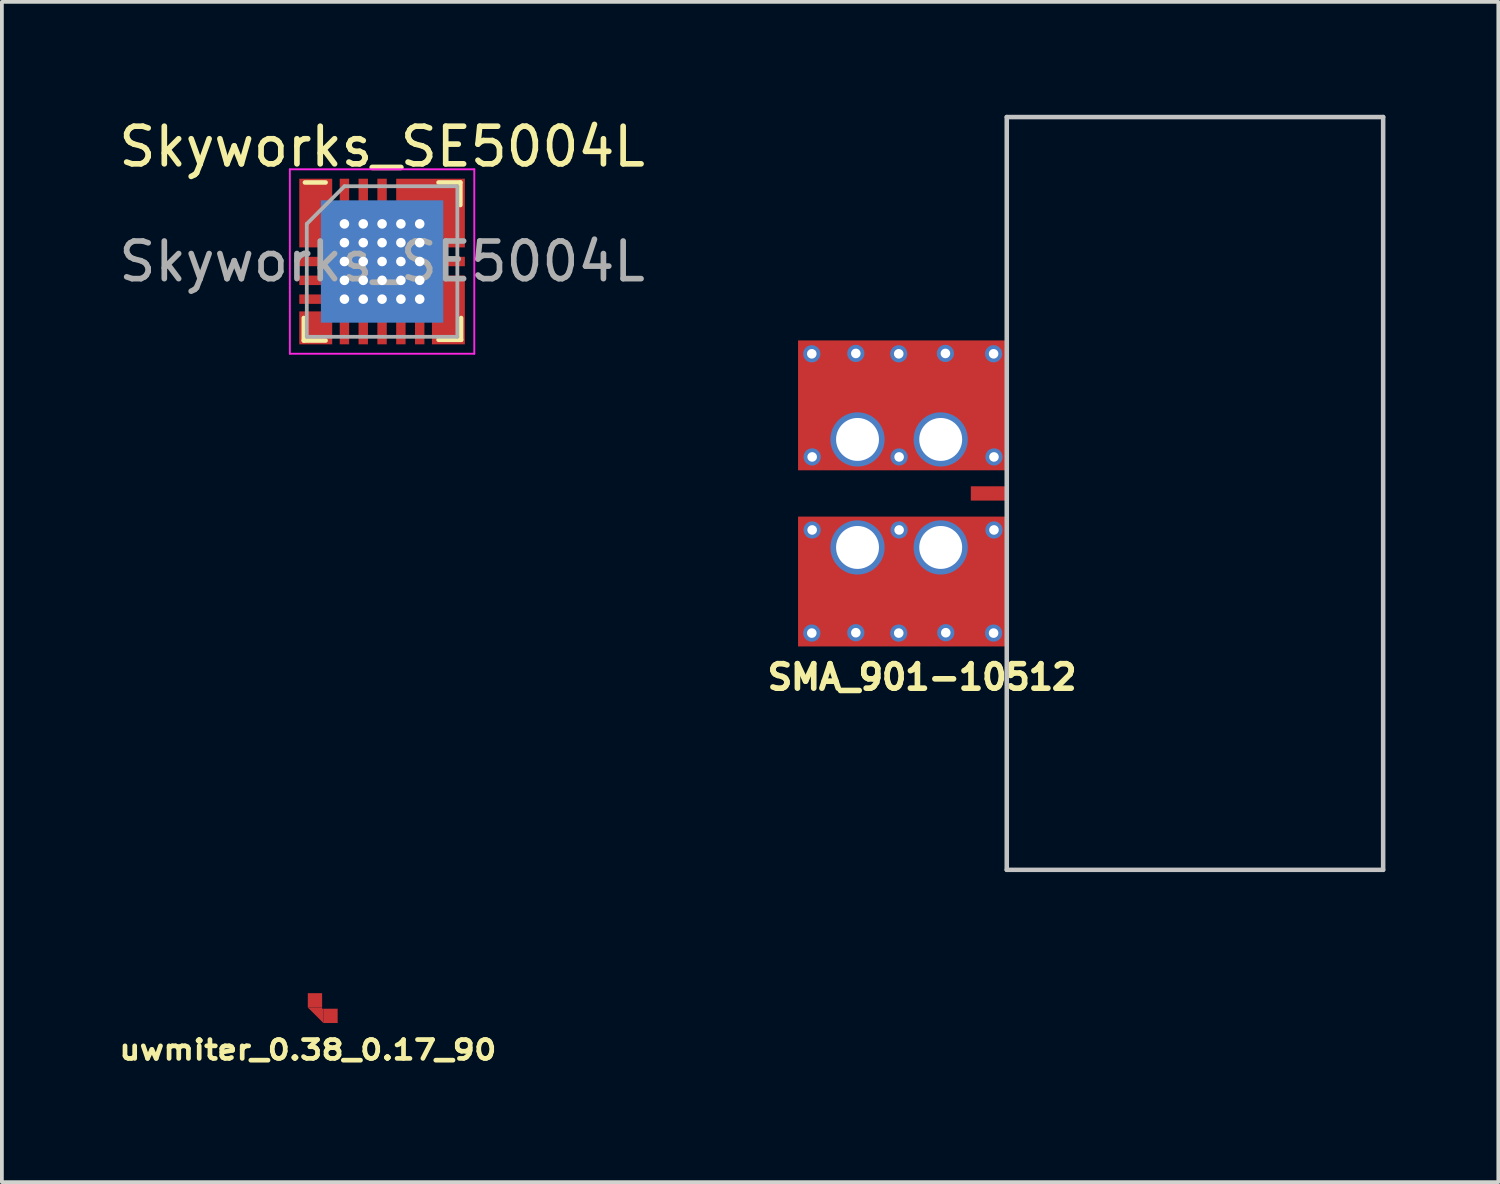
<source format=kicad_pcb>
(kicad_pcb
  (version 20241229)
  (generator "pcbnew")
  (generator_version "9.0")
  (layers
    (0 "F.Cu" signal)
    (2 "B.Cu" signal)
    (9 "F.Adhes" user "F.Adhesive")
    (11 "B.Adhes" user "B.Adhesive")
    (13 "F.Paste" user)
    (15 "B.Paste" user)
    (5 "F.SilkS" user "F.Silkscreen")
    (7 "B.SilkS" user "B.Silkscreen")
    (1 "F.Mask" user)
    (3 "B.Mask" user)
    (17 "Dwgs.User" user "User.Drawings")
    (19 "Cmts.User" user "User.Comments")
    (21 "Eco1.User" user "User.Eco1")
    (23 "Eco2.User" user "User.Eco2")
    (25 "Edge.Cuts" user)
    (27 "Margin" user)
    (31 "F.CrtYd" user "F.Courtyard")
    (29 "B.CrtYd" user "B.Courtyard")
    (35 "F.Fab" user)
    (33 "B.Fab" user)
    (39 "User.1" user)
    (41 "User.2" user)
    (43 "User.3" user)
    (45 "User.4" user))
  (footprint "Skyworks_SE5004L"
    (layer "F.Cu")
    (at 7.101 3.898)
    (property "Reference" "Skyworks_SE5004L" (at 0 -3.05 0) (layer "F.SilkS") (effects (font (size 1 1) (thickness 0.15))))
    (attr smd)
    (fp_poly (pts (xy -1.45 -0.825) (xy -2.25 -0.825) (xy -2.25 -1.175) (xy -1.45 -1.175)) (stroke (width 0) (type solid)) (fill yes) (layer "F.Mask"))
    (fp_poly (pts (xy -1.45 -0.325) (xy -2.25 -0.325) (xy -2.25 -0.675) (xy -1.45 -0.675)) (stroke (width 0) (type solid)) (fill yes) (layer "F.Mask"))
    (fp_poly (pts (xy -1.45 0.175) (xy -2.25 0.175) (xy -2.25 -0.175) (xy -1.45 -0.175)) (stroke (width 0) (type solid)) (fill yes) (layer "F.Mask"))
    (fp_poly (pts (xy -1.45 0.675) (xy -2.25 0.675) (xy -2.25 0.325) (xy -1.45 0.325)) (stroke (width 0) (type solid)) (fill yes) (layer "F.Mask"))
    (fp_poly (pts (xy -1.45 1.175) (xy -2.25 1.175) (xy -2.25 0.825) (xy -1.45 0.825)) (stroke (width 0) (type solid)) (fill yes) (layer "F.Mask"))
    (fp_poly (pts (xy -0.825 -2.25) (xy -0.825 -1.45) (xy -1.175 -1.45) (xy -1.175 -2.25)) (stroke (width 0) (type solid)) (fill yes) (layer "F.Mask"))
    (fp_poly (pts (xy -0.825 1.45) (xy -0.825 2.25) (xy -1.175 2.25) (xy -1.175 1.45)) (stroke (width 0) (type solid)) (fill yes) (layer "F.Mask"))
    (fp_poly (pts (xy -0.325 -2.25) (xy -0.325 -1.45) (xy -0.675 -1.45) (xy -0.675 -2.25)) (stroke (width 0) (type solid)) (fill yes) (layer "F.Mask"))
    (fp_poly (pts (xy -0.325 1.45) (xy -0.325 2.25) (xy -0.675 2.25) (xy -0.675 1.45)) (stroke (width 0) (type solid)) (fill yes) (layer "F.Mask"))
    (fp_poly (pts (xy 0.175 -2.25) (xy 0.175 -1.45) (xy -0.175 -1.45) (xy -0.175 -2.25)) (stroke (width 0) (type solid)) (fill yes) (layer "F.Mask"))
    (fp_poly (pts (xy 0.175 1.45) (xy 0.175 2.25) (xy -0.175 2.25) (xy -0.175 1.45)) (stroke (width 0) (type solid)) (fill yes) (layer "F.Mask"))
    (fp_poly (pts (xy 0.675 -2.25) (xy 0.675 -1.45) (xy 0.325 -1.45) (xy 0.325 -2.25)) (stroke (width 0) (type solid)) (fill yes) (layer "F.Mask"))
    (fp_poly (pts (xy 0.675 1.45) (xy 0.675 2.25) (xy 0.325 2.25) (xy 0.325 1.45)) (stroke (width 0) (type solid)) (fill yes) (layer "F.Mask"))
    (fp_poly (pts (xy 1.175 -2.25) (xy 1.175 -1.45) (xy 0.825 -1.45) (xy 0.825 -2.25)) (stroke (width 0) (type solid)) (fill yes) (layer "F.Mask"))
    (fp_poly (pts (xy 1.175 1.45) (xy 1.175 2.25) (xy 0.825 2.25) (xy 0.825 1.45)) (stroke (width 0) (type solid)) (fill yes) (layer "F.Mask"))
    (fp_poly (pts (xy 1.2 1.2) (xy -1.2 1.2) (xy -1.2 -1.2) (xy 1.2 -1.2)) (stroke (width 0) (type solid)) (fill yes) (layer "F.Mask"))
    (fp_poly (pts (xy 2.25 -0.825) (xy 1.45 -0.825) (xy 1.45 -1.175) (xy 2.25 -1.175)) (stroke (width 0) (type solid)) (fill yes) (layer "F.Mask"))
    (fp_poly (pts (xy 2.25 -0.325) (xy 1.45 -0.325) (xy 1.45 -0.675) (xy 2.25 -0.675)) (stroke (width 0) (type solid)) (fill yes) (layer "F.Mask"))
    (fp_poly (pts (xy 2.25 0.175) (xy 1.45 0.175) (xy 1.45 -0.175) (xy 2.25 -0.175)) (stroke (width 0) (type solid)) (fill yes) (layer "F.Mask"))
    (fp_poly (pts (xy 2.25 0.675) (xy 1.45 0.675) (xy 1.45 0.325) (xy 2.25 0.325)) (stroke (width 0) (type solid)) (fill yes) (layer "F.Mask"))
    (fp_poly (pts (xy 2.25 1.175) (xy 1.45 1.175) (xy 1.45 0.825) (xy 2.25 0.825)) (stroke (width 0) (type solid)) (fill yes) (layer "F.Mask"))
    (fp_poly (pts (xy 1.625 1.625) (xy -1.625 1.625) (xy -1.625 -1.625) (xy 1.625 -1.625)) (stroke (width 0) (type solid)) (fill yes) (layer "B.Cu"))
    (fp_line (start -2.08 1.5) (end -2.08 2.1) (stroke (width 0.12) (type solid)) (layer "F.SilkS"))
    (fp_line (start -2.05 -2.1) (end -1.5 -2.1) (stroke (width 0.12) (type solid)) (layer "F.SilkS"))
    (fp_line (start -1.5 2.1) (end -2.08 2.1) (stroke (width 0.12) (type solid)) (layer "F.SilkS"))
    (fp_line (start 1.5 -2.1) (end 2.08 -2.1) (stroke (width 0.12) (type solid)) (layer "F.SilkS"))
    (fp_line (start 1.5 2.08) (end 2.1 2.08) (stroke (width 0.12) (type solid)) (layer "F.SilkS"))
    (fp_line (start 2.08 -1.5) (end 2.08 -2.1) (stroke (width 0.12) (type solid)) (layer "F.SilkS"))
    (fp_line (start 2.1 1.5) (end 2.1 2.08) (stroke (width 0.12) (type solid)) (layer "F.SilkS"))
    (fp_poly (pts (xy -1.5 -0.875) (xy -2.2 -0.875) (xy -2.2 -1.125) (xy -1.5 -1.125)) (stroke (width 0) (type solid)) (fill yes) (layer "F.Paste"))
    (fp_poly (pts (xy -1.5 -0.375) (xy -2.2 -0.375) (xy -2.2 -0.625) (xy -1.5 -0.625)) (stroke (width 0) (type solid)) (fill yes) (layer "F.Paste"))
    (fp_poly (pts (xy -0.1 -0.1) (xy -1.15 -0.1) (xy -1.15 -1.15) (xy -0.1 -1.15)) (stroke (width 0) (type solid)) (fill yes) (layer "F.Paste"))
    (fp_poly (pts (xy -0.1 1.15) (xy -1.15 1.15) (xy -1.15 0.1) (xy -0.1 0.1)) (stroke (width 0) (type solid)) (fill yes) (layer "F.Paste"))
    (fp_poly (pts (xy 0.375 -1.5) (xy 0.375 -2.2) (xy 0.625 -2.2) (xy 0.625 -1.5)) (stroke (width 0) (type solid)) (fill yes) (layer "F.Paste"))
    (fp_poly (pts (xy 0.875 -1.5) (xy 0.875 -2.2) (xy 1.125 -2.2) (xy 1.125 -1.5)) (stroke (width 0) (type solid)) (fill yes) (layer "F.Paste"))
    (fp_poly (pts (xy 1.15 -0.1) (xy 0.1 -0.1) (xy 0.1 -1.15) (xy 1.15 -1.15)) (stroke (width 0) (type solid)) (fill yes) (layer "F.Paste"))
    (fp_poly (pts (xy 1.15 1.15) (xy 0.1 1.15) (xy 0.1 0.1) (xy 1.15 0.1)) (stroke (width 0) (type solid)) (fill yes) (layer "F.Paste"))
    (fp_poly (pts (xy 2.2 -0.875) (xy 1.5 -0.875) (xy 1.5 -1.125) (xy 2.2 -1.125)) (stroke (width 0) (type solid)) (fill yes) (layer "F.Paste"))
    (fp_poly (pts (xy 2.2 -0.375) (xy 1.5 -0.375) (xy 1.5 -0.625) (xy 2.2 -0.625)) (stroke (width 0) (type solid)) (fill yes) (layer "F.Paste"))
    (fp_poly (pts (xy 2.2 0.625) (xy 1.5 0.625) (xy 1.5 0.375) (xy 2.2 0.375)) (stroke (width 0) (type solid)) (fill yes) (layer "F.Paste"))
    (fp_poly (pts (xy 2.2 1.125) (xy 1.5 1.125) (xy 1.5 0.875) (xy 2.2 0.875)) (stroke (width 0) (type solid)) (fill yes) (layer "F.Paste"))
    (fp_line (start -2.45 -2.45) (end 2.45 -2.45) (stroke (width 0.05) (type solid)) (layer "F.CrtYd"))
    (fp_line (start -2.45 2.45) (end -2.45 -2.45) (stroke (width 0.05) (type solid)) (layer "F.CrtYd"))
    (fp_line (start 2.45 -2.45) (end 2.45 2.45) (stroke (width 0.05) (type solid)) (layer "F.CrtYd"))
    (fp_line (start 2.45 2.45) (end -2.45 2.45) (stroke (width 0.05) (type solid)) (layer "F.CrtYd"))
    (fp_line (start -2 -1) (end -1 -2) (stroke (width 0.1) (type solid)) (layer "F.Fab"))
    (fp_line (start -2 2) (end -2 -1) (stroke (width 0.1) (type solid)) (layer "F.Fab"))
    (fp_line (start -1 -2) (end 2 -2) (stroke (width 0.1) (type solid)) (layer "F.Fab"))
    (fp_line (start 2 -2) (end 2 2) (stroke (width 0.1) (type solid)) (layer "F.Fab"))
    (fp_line (start 2 2) (end -2 2) (stroke (width 0.1) (type solid)) (layer "F.Fab"))
    (fp_text user "${REFERENCE}" (at 0 0 0) (layer "F.Fab") (effects (font (size 1 1) (thickness 0.15))))
    (pad "1" thru_hole circle (at -1 -1 270) (size 0.254 0.254) (drill 0.254) (layers "*.Cu" "F.Mask"))
    (pad "1" thru_hole circle (at -1 -0.5 270) (size 0.254 0.254) (drill 0.254) (layers "*.Cu" "F.Mask"))
    (pad "1" thru_hole circle (at -1 0 270) (size 0.254 0.254) (drill 0.254) (layers "*.Cu" "F.Mask"))
    (pad "1" thru_hole circle (at -1 0.5 270) (size 0.254 0.254) (drill 0.254) (layers "*.Cu" "F.Mask"))
    (pad "1" thru_hole circle (at -1 1 270) (size 0.254 0.254) (drill 0.254) (layers "*.Cu" "F.Mask"))
    (pad "1" thru_hole circle (at -0.5 -1 270) (size 0.254 0.254) (drill 0.254) (layers "*.Cu" "F.Mask"))
    (pad "1" thru_hole circle (at -0.5 -0.5 270) (size 0.254 0.254) (drill 0.254) (layers "*.Cu" "F.Mask"))
    (pad "1" thru_hole circle (at -0.5 0 270) (size 0.254 0.254) (drill 0.254) (layers "*.Cu" "F.Mask"))
    (pad "1" thru_hole circle (at -0.5 0.5 270) (size 0.254 0.254) (drill 0.254) (layers "*.Cu" "F.Mask"))
    (pad "1" thru_hole circle (at -0.5 1 270) (size 0.254 0.254) (drill 0.254) (layers "*.Cu" "F.Mask"))
    (pad "1" thru_hole circle (at 0 -1 270) (size 0.254 0.254) (drill 0.254) (layers "*.Cu" "F.Mask"))
    (pad "1" thru_hole circle (at 0 -0.5 270) (size 0.254 0.254) (drill 0.254) (layers "*.Cu" "F.Mask"))
    (pad "1" smd custom (at 0 0) (size 0.25 0.7) (layers "F.Cu") (options (anchor rect)) (primitives (gr_poly (pts (xy -1.325 -1.3) (xy 0.375 -1.3) (xy 0.375 -2.2) (xy 2.2 -2.2) (xy 2.2 -0.375) (xy 1.3 -0.375) (xy 1.3 0.375) (xy 2.2 0.375) (xy 2.2 2.2) (xy 1.325 2.2) (xy 1.325 1.3) (xy -1.21 1.3) (xy -1.325 1.415) (xy -1.325 2.2) (xy -2.2 2.2) (xy -2.2 1.325) (xy -1.415 1.325) (xy -1.3 1.21) (xy -1.3 0.625) (xy -2.2 0.625) (xy -2.2 0.375) (xy -1.3 0.375) (xy -1.3 -0.375) (xy -2.2 -0.375) (xy -2.2 -2.2) (xy -1.325 -2.2)) (width 0) (fill yes))))
    (pad "1" thru_hole circle (at 0 0 270) (size 0.254 0.254) (drill 0.254) (layers "*.Cu" "F.Mask"))
    (pad "1" thru_hole circle (at 0 0.5 270) (size 0.254 0.254) (drill 0.254) (layers "*.Cu" "F.Mask"))
    (pad "1" thru_hole circle (at 0 1 270) (size 0.254 0.254) (drill 0.254) (layers "*.Cu" "F.Mask"))
    (pad "1" thru_hole circle (at 0.5 -1 270) (size 0.254 0.254) (drill 0.254) (layers "*.Cu" "F.Mask"))
    (pad "1" thru_hole circle (at 0.5 -0.5 270) (size 0.254 0.254) (drill 0.254) (layers "*.Cu" "F.Mask"))
    (pad "1" thru_hole circle (at 0.5 0 270) (size 0.254 0.254) (drill 0.254) (layers "*.Cu" "F.Mask"))
    (pad "1" thru_hole circle (at 0.5 0.5 270) (size 0.254 0.254) (drill 0.254) (layers "*.Cu" "F.Mask"))
    (pad "1" thru_hole circle (at 0.5 1 270) (size 0.254 0.254) (drill 0.254) (layers "*.Cu" "F.Mask"))
    (pad "1" thru_hole circle (at 1 -1 270) (size 0.254 0.254) (drill 0.254) (layers "*.Cu" "F.Mask"))
    (pad "1" thru_hole circle (at 1 -0.5 270) (size 0.254 0.254) (drill 0.254) (layers "*.Cu" "F.Mask"))
    (pad "1" thru_hole circle (at 1 0 270) (size 0.254 0.254) (drill 0.254) (layers "*.Cu" "F.Mask"))
    (pad "1" thru_hole circle (at 1 0.5 270) (size 0.254 0.254) (drill 0.254) (layers "*.Cu" "F.Mask"))
    (pad "1" thru_hole circle (at 1 1 270) (size 0.254 0.254) (drill 0.254) (layers "*.Cu" "F.Mask"))
    (pad "3" smd rect (at -1.85 0 90) (size 0.25 0.7) (layers "F.Cu" "F.Paste"))
    (pad "5" smd rect (at -1.85 1 90) (size 0.25 0.7) (layers "F.Cu" "F.Paste"))
    (pad "6" smd rect (at -1 1.85 180) (size 0.25 0.7) (layers "F.Cu" "F.Paste"))
    (pad "7" smd rect (at -0.5 1.85 180) (size 0.25 0.7) (layers "F.Cu" "F.Paste"))
    (pad "8" smd rect (at 0 1.85 180) (size 0.25 0.7) (layers "F.Cu" "F.Paste"))
    (pad "9" smd rect (at 0.5 1.85 180) (size 0.25 0.7) (layers "F.Cu" "F.Paste"))
    (pad "10" smd rect (at 1 1.85 180) (size 0.25 0.7) (layers "F.Cu" "F.Paste"))
    (pad "13" smd rect (at 1.85 0 90) (size 0.25 0.7) (layers "F.Cu" "F.Paste"))
    (pad "18" smd rect (at 0 -1.85 180) (size 0.25 0.7) (layers "F.Cu" "F.Paste"))
    (pad "19" smd rect (at -0.5 -1.85 180) (size 0.25 0.7) (layers "F.Cu" "F.Paste"))
    (pad "20" smd rect (at -1 -1.85 180) (size 0.25 0.7) (layers "F.Cu" "F.Paste")))
  (footprint "uwmiter_0.38_0.17_90"
    (layer "F.Cu")
    (at 5.318 23.37)
    (property "Reference" "uwmiter_0.38_0.17_90" (at -0.19 1.475 0) (layer "F.SilkS") (effects (font (size 0.5 0.6) (thickness 0.125))))
    (attr exclude_from_pos_files exclude_from_bom)
    (fp_poly (pts (xy -0.19 0.347) (xy 0.223 0.76) (xy 0.223 0.38) (xy 0.19 0.38) (xy 0.19 0.347)) (stroke (width 0) (type solid)) (fill yes) (layer "F.Cu"))
    (pad "1" smd rect (at 0 0.157) (size 0.38 0.38) (layers "F.Cu"))
    (pad "2" smd rect (at 0.413 0.57) (size 0.38 0.38) (layers "F.Cu")))
  (footprint "SMA_901-10512"
    (layer "F.Cu")
    (at 21.418 10.06)
    (property "Reference" "SMA_901-10512" (at 0.03 4.88 0) (layer "F.SilkS") (effects (font (size 0.65 0.65) (thickness 0.15))))
    (attr through_hole)
    (fp_line (start 2.28 -10) (end 2.28 10) (stroke (width 0.12) (type solid)) (layer "Dwgs.User"))
    (fp_line (start 2.28 10) (end 12.28 10) (stroke (width 0.12) (type solid)) (layer "Dwgs.User"))
    (fp_line (start 12.28 -10) (end 2.28 -10) (stroke (width 0.12) (type solid)) (layer "Dwgs.User"))
    (fp_line (start 12.28 10) (end 12.28 -10) (stroke (width 0.12) (type solid)) (layer "Dwgs.User"))
    (pad "1" smd rect (at 1.8 0) (size 0.95 0.38) (layers "F.Cu" "F.Mask" "F.Paste"))
    (pad "2" thru_hole circle (at -2.9 -3.71) (size 0.457 0.457) (drill 0.254) (layers "*.Cu" "*.Mask"))
    (pad "2" thru_hole circle (at -2.9 3.71) (size 0.457 0.457) (drill 0.254) (layers "*.Cu" "*.Mask"))
    (pad "2" thru_hole circle (at -2.89 -0.97) (size 0.457 0.457) (drill 0.254) (layers "*.Cu" "*.Mask"))
    (pad "2" thru_hole circle (at -2.89 0.97) (size 0.457 0.457) (drill 0.254) (layers "*.Cu" "*.Mask"))
    (pad "2" thru_hole circle (at -1.73 -3.72) (size 0.457 0.457) (drill 0.254) (layers "*.Cu" "*.Mask"))
    (pad "2" thru_hole circle (at -1.73 3.7) (size 0.457 0.457) (drill 0.254) (layers "*.Cu" "*.Mask"))
    (pad "2" thru_hole circle (at -1.685 -1.435) (size 1.44 1.44) (drill 1.14) (layers "*.Cu" "*.Mask"))
    (pad "2" thru_hole circle (at -1.685 1.435) (size 1.44 1.44) (drill 1.14) (layers "*.Cu" "*.Mask"))
    (pad "2" thru_hole circle (at -0.59 -3.71) (size 0.457 0.457) (drill 0.254) (layers "*.Cu" "*.Mask"))
    (pad "2" thru_hole circle (at -0.59 3.71) (size 0.457 0.457) (drill 0.254) (layers "*.Cu" "*.Mask"))
    (pad "2" thru_hole circle (at -0.58 -0.97) (size 0.457 0.457) (drill 0.254) (layers "*.Cu" "*.Mask"))
    (pad "2" thru_hole circle (at -0.58 0.97) (size 0.457 0.457) (drill 0.254) (layers "*.Cu" "*.Mask"))
    (pad "2" smd rect (at -0.495 -2.34) (size 5.54 3.45) (layers "F.Cu" "F.Mask" "F.Paste"))
    (pad "2" smd rect (at -0.495 2.34) (size 5.54 3.45) (layers "F.Cu" "F.Mask" "F.Paste"))
    (pad "2" thru_hole circle (at 0.525 -1.435) (size 1.44 1.44) (drill 1.14) (layers "*.Cu" "*.Mask"))
    (pad "2" thru_hole circle (at 0.525 1.435) (size 1.44 1.44) (drill 1.14) (layers "*.Cu" "*.Mask"))
    (pad "2" thru_hole circle (at 0.65 -3.72) (size 0.457 0.457) (drill 0.254) (layers "*.Cu" "*.Mask"))
    (pad "2" thru_hole circle (at 0.66 3.7) (size 0.457 0.457) (drill 0.254) (layers "*.Cu" "*.Mask"))
    (pad "2" thru_hole circle (at 1.93 -3.71) (size 0.457 0.457) (drill 0.254) (layers "*.Cu" "*.Mask"))
    (pad "2" thru_hole circle (at 1.93 3.71) (size 0.457 0.457) (drill 0.254) (layers "*.Cu" "*.Mask"))
    (pad "2" thru_hole circle (at 1.94 -0.97) (size 0.457 0.457) (drill 0.254) (layers "*.Cu" "*.Mask"))
    (pad "2" thru_hole circle (at 1.94 0.97) (size 0.457 0.457) (drill 0.254) (layers "*.Cu" "*.Mask")))
  (gr_rect
    (start -3 -3)
    (end 36.758 28.357)
    (stroke (width 0.1) (type default))
    (fill no)
    (layer "Edge.Cuts")))
</source>
